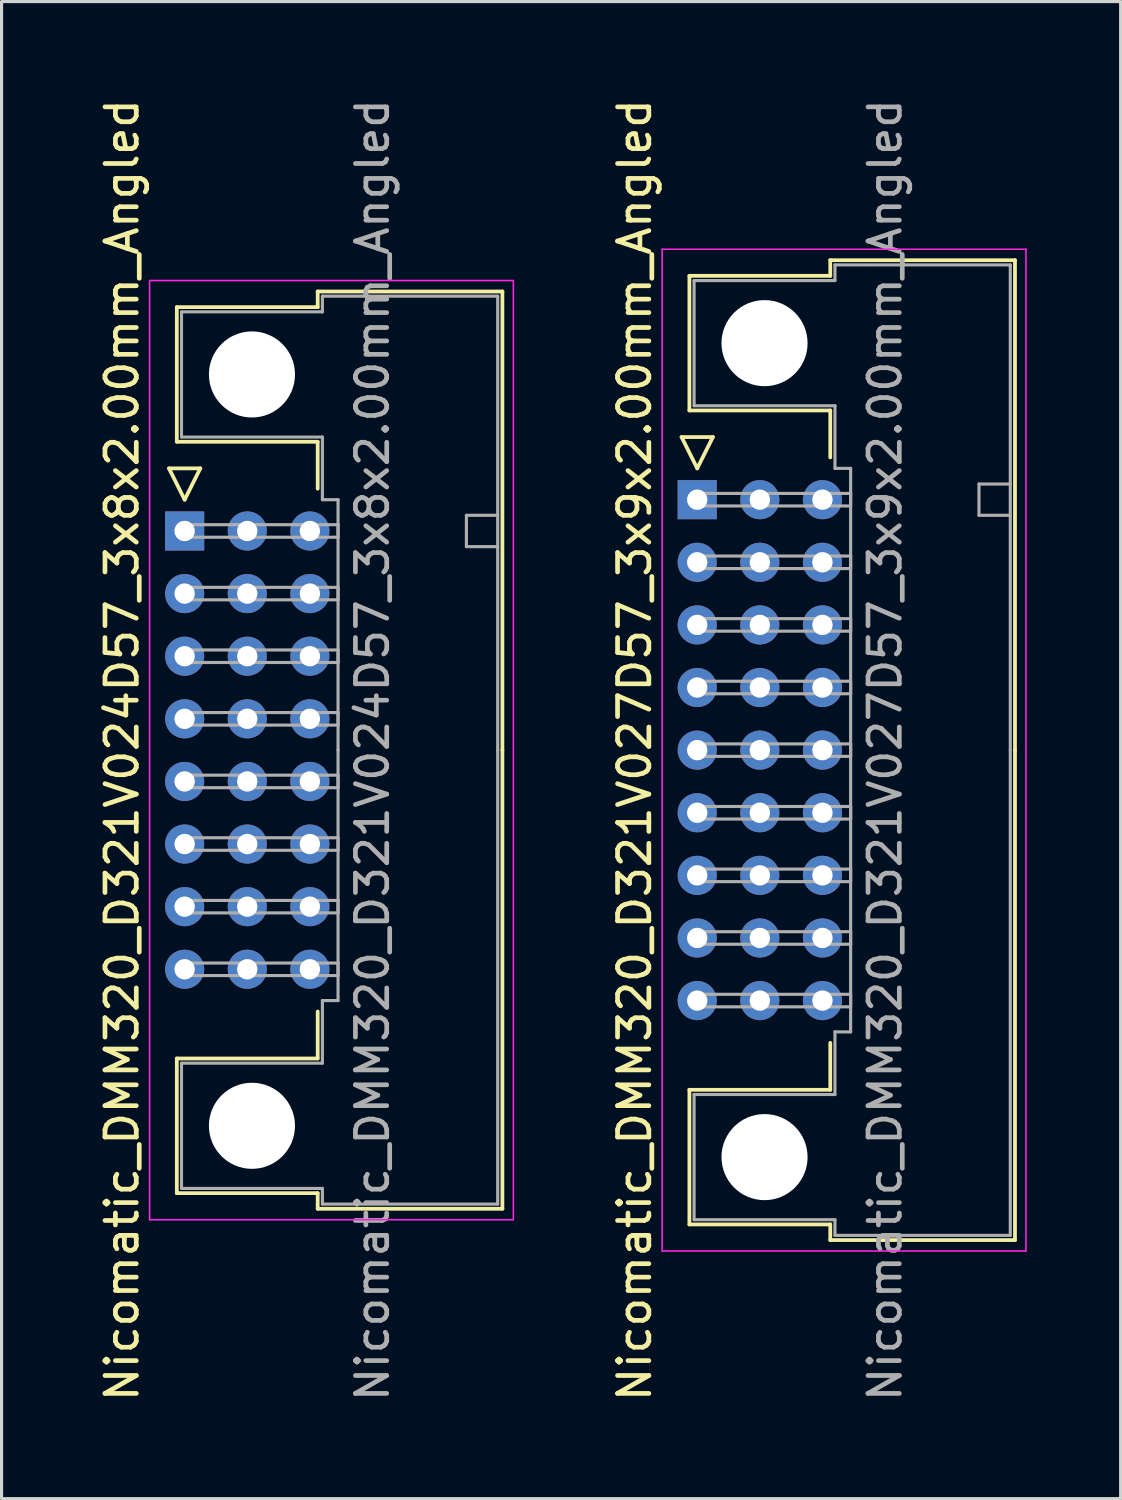
<source format=kicad_pcb>
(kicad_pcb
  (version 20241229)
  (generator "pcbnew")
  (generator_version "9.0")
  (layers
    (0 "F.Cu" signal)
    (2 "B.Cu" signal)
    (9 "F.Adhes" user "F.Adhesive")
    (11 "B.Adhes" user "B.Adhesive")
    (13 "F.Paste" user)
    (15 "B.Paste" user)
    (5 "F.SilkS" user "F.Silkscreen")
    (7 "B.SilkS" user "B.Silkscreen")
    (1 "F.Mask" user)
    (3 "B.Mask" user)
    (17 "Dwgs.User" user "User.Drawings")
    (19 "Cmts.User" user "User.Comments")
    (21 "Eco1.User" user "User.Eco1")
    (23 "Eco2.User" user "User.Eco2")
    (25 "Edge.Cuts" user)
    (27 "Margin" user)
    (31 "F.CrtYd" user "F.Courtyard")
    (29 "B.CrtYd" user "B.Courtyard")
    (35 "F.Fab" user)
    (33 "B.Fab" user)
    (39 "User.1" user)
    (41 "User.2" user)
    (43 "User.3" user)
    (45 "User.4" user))
  (footprint "Nicomatic_DMM320_D321V027D57_3x9x2.00mm_Angled"
    (layer "F.Cu")
    (at 19.221 12.911)
    (property "Reference" "Nicomatic_DMM320_D321V027D57_3x9x2.00mm_Angled" (at -2 8 90) (layer "F.SilkS") (effects (font (size 1 1) (thickness 0.15))))
    (attr through_hole)
    (fp_line (start -0.5 -2) (end 0 -1) (stroke (width 0.12) (type solid)) (layer "F.SilkS"))
    (fp_line (start -0.25 -7.15) (end -0.25 -2.85) (stroke (width 0.12) (type solid)) (layer "F.SilkS"))
    (fp_line (start -0.25 -2.85) (end 4.25 -2.85) (stroke (width 0.12) (type solid)) (layer "F.SilkS"))
    (fp_line (start -0.25 18.85) (end 4.25 18.85) (stroke (width 0.12) (type solid)) (layer "F.SilkS"))
    (fp_line (start -0.25 23.15) (end -0.25 18.85) (stroke (width 0.12) (type solid)) (layer "F.SilkS"))
    (fp_line (start 0 -1) (end 0.5 -2) (stroke (width 0.12) (type solid)) (layer "F.SilkS"))
    (fp_line (start 0.5 -2) (end -0.5 -2) (stroke (width 0.12) (type solid)) (layer "F.SilkS"))
    (fp_line (start 4.25 -7.65) (end 4.25 -7.15) (stroke (width 0.12) (type solid)) (layer "F.SilkS"))
    (fp_line (start 4.25 -7.15) (end -0.25 -7.15) (stroke (width 0.12) (type solid)) (layer "F.SilkS"))
    (fp_line (start 4.25 -2.85) (end 4.25 -1.35) (stroke (width 0.12) (type solid)) (layer "F.SilkS"))
    (fp_line (start 4.25 18.85) (end 4.25 17.35) (stroke (width 0.12) (type solid)) (layer "F.SilkS"))
    (fp_line (start 4.25 23.15) (end -0.25 23.15) (stroke (width 0.12) (type solid)) (layer "F.SilkS"))
    (fp_line (start 4.25 23.65) (end 4.25 23.15) (stroke (width 0.12) (type solid)) (layer "F.SilkS"))
    (fp_line (start 10.15 -7.65) (end 4.25 -7.65) (stroke (width 0.12) (type solid)) (layer "F.SilkS"))
    (fp_line (start 10.15 8) (end 10.15 -7.65) (stroke (width 0.12) (type solid)) (layer "F.SilkS"))
    (fp_line (start 10.15 8) (end 10.15 23.65) (stroke (width 0.12) (type solid)) (layer "F.SilkS"))
    (fp_line (start 10.15 23.65) (end 4.25 23.65) (stroke (width 0.12) (type solid)) (layer "F.SilkS"))
    (fp_line (start -1.12 -8) (end -1.12 24) (stroke (width 0.05) (type solid)) (layer "F.CrtYd"))
    (fp_line (start -1.12 24) (end 10.5 24) (stroke (width 0.05) (type solid)) (layer "F.CrtYd"))
    (fp_line (start 10.5 -8) (end -1.12 -8) (stroke (width 0.05) (type solid)) (layer "F.CrtYd"))
    (fp_line (start 10.5 24) (end 10.5 -8) (stroke (width 0.05) (type solid)) (layer "F.CrtYd"))
    (fp_line (start -0.1 -7) (end -0.1 -3) (stroke (width 0.1) (type solid)) (layer "F.Fab"))
    (fp_line (start -0.1 -3) (end 4.4 -3) (stroke (width 0.1) (type solid)) (layer "F.Fab"))
    (fp_line (start -0.1 19) (end 4.4 19) (stroke (width 0.1) (type solid)) (layer "F.Fab"))
    (fp_line (start -0.1 23) (end -0.1 19) (stroke (width 0.1) (type solid)) (layer "F.Fab"))
    (fp_line (start 0 -0.2) (end 0 0.2) (stroke (width 0.1) (type solid)) (layer "F.Fab"))
    (fp_line (start 0 0.2) (end 4.9 0.2) (stroke (width 0.1) (type solid)) (layer "F.Fab"))
    (fp_line (start 0 1.8) (end 0 2.2) (stroke (width 0.1) (type solid)) (layer "F.Fab"))
    (fp_line (start 0 2.2) (end 4.9 2.2) (stroke (width 0.1) (type solid)) (layer "F.Fab"))
    (fp_line (start 0 3.8) (end 0 4.2) (stroke (width 0.1) (type solid)) (layer "F.Fab"))
    (fp_line (start 0 4.2) (end 4.9 4.2) (stroke (width 0.1) (type solid)) (layer "F.Fab"))
    (fp_line (start 0 5.8) (end 0 6.2) (stroke (width 0.1) (type solid)) (layer "F.Fab"))
    (fp_line (start 0 6.2) (end 4.9 6.2) (stroke (width 0.1) (type solid)) (layer "F.Fab"))
    (fp_line (start 0 7.8) (end 0 8.2) (stroke (width 0.1) (type solid)) (layer "F.Fab"))
    (fp_line (start 0 8.2) (end 4.9 8.2) (stroke (width 0.1) (type solid)) (layer "F.Fab"))
    (fp_line (start 0 9.8) (end 0 10.2) (stroke (width 0.1) (type solid)) (layer "F.Fab"))
    (fp_line (start 0 10.2) (end 4.9 10.2) (stroke (width 0.1) (type solid)) (layer "F.Fab"))
    (fp_line (start 0 11.8) (end 0 12.2) (stroke (width 0.1) (type solid)) (layer "F.Fab"))
    (fp_line (start 0 12.2) (end 4.9 12.2) (stroke (width 0.1) (type solid)) (layer "F.Fab"))
    (fp_line (start 0 13.8) (end 0 14.2) (stroke (width 0.1) (type solid)) (layer "F.Fab"))
    (fp_line (start 0 14.2) (end 4.9 14.2) (stroke (width 0.1) (type solid)) (layer "F.Fab"))
    (fp_line (start 0 15.8) (end 0 16.2) (stroke (width 0.1) (type solid)) (layer "F.Fab"))
    (fp_line (start 0 16.2) (end 4.9 16.2) (stroke (width 0.1) (type solid)) (layer "F.Fab"))
    (fp_line (start 4.4 -7.5) (end 4.4 -7) (stroke (width 0.1) (type solid)) (layer "F.Fab"))
    (fp_line (start 4.4 -7) (end -0.1 -7) (stroke (width 0.1) (type solid)) (layer "F.Fab"))
    (fp_line (start 4.4 -3) (end 4.4 -1) (stroke (width 0.1) (type solid)) (layer "F.Fab"))
    (fp_line (start 4.4 -1) (end 4.9 -1) (stroke (width 0.1) (type solid)) (layer "F.Fab"))
    (fp_line (start 4.4 17) (end 4.9 17) (stroke (width 0.1) (type solid)) (layer "F.Fab"))
    (fp_line (start 4.4 19) (end 4.4 17) (stroke (width 0.1) (type solid)) (layer "F.Fab"))
    (fp_line (start 4.4 23) (end -0.1 23) (stroke (width 0.1) (type solid)) (layer "F.Fab"))
    (fp_line (start 4.4 23.5) (end 4.4 23) (stroke (width 0.1) (type solid)) (layer "F.Fab"))
    (fp_line (start 4.9 -1) (end 4.9 8) (stroke (width 0.1) (type solid)) (layer "F.Fab"))
    (fp_line (start 4.9 -0.2) (end 0 -0.2) (stroke (width 0.1) (type solid)) (layer "F.Fab"))
    (fp_line (start 4.9 0.2) (end 4.9 -0.2) (stroke (width 0.1) (type solid)) (layer "F.Fab"))
    (fp_line (start 4.9 1.8) (end 0 1.8) (stroke (width 0.1) (type solid)) (layer "F.Fab"))
    (fp_line (start 4.9 2.2) (end 4.9 1.8) (stroke (width 0.1) (type solid)) (layer "F.Fab"))
    (fp_line (start 4.9 3.8) (end 0 3.8) (stroke (width 0.1) (type solid)) (layer "F.Fab"))
    (fp_line (start 4.9 4.2) (end 4.9 3.8) (stroke (width 0.1) (type solid)) (layer "F.Fab"))
    (fp_line (start 4.9 5.8) (end 0 5.8) (stroke (width 0.1) (type solid)) (layer "F.Fab"))
    (fp_line (start 4.9 6.2) (end 4.9 5.8) (stroke (width 0.1) (type solid)) (layer "F.Fab"))
    (fp_line (start 4.9 7.8) (end 0 7.8) (stroke (width 0.1) (type solid)) (layer "F.Fab"))
    (fp_line (start 4.9 8.2) (end 4.9 7.8) (stroke (width 0.1) (type solid)) (layer "F.Fab"))
    (fp_line (start 4.9 9.8) (end 0 9.8) (stroke (width 0.1) (type solid)) (layer "F.Fab"))
    (fp_line (start 4.9 10.2) (end 4.9 9.8) (stroke (width 0.1) (type solid)) (layer "F.Fab"))
    (fp_line (start 4.9 11.8) (end 0 11.8) (stroke (width 0.1) (type solid)) (layer "F.Fab"))
    (fp_line (start 4.9 12.2) (end 4.9 11.8) (stroke (width 0.1) (type solid)) (layer "F.Fab"))
    (fp_line (start 4.9 13.8) (end 0 13.8) (stroke (width 0.1) (type solid)) (layer "F.Fab"))
    (fp_line (start 4.9 14.2) (end 4.9 13.8) (stroke (width 0.1) (type solid)) (layer "F.Fab"))
    (fp_line (start 4.9 15.8) (end 0 15.8) (stroke (width 0.1) (type solid)) (layer "F.Fab"))
    (fp_line (start 4.9 16.2) (end 4.9 15.8) (stroke (width 0.1) (type solid)) (layer "F.Fab"))
    (fp_line (start 4.9 17) (end 4.9 8) (stroke (width 0.1) (type solid)) (layer "F.Fab"))
    (fp_line (start 9 -0.5) (end 9 0.5) (stroke (width 0.1) (type solid)) (layer "F.Fab"))
    (fp_line (start 9 0.5) (end 10 0.5) (stroke (width 0.1) (type solid)) (layer "F.Fab"))
    (fp_line (start 10 -7.5) (end 4.4 -7.5) (stroke (width 0.1) (type solid)) (layer "F.Fab"))
    (fp_line (start 10 -0.5) (end 9 -0.5) (stroke (width 0.1) (type solid)) (layer "F.Fab"))
    (fp_line (start 10 8) (end 10 -7.5) (stroke (width 0.1) (type solid)) (layer "F.Fab"))
    (fp_line (start 10 8) (end 10 23.5) (stroke (width 0.1) (type solid)) (layer "F.Fab"))
    (fp_line (start 10 23.5) (end 4.4 23.5) (stroke (width 0.1) (type solid)) (layer "F.Fab"))
    (fp_text user "${REFERENCE}" (at 6 8 90) (layer "F.Fab") (effects (font (size 1 1) (thickness 0.15))))
    (pad "" np_thru_hole circle (at 2.15 -5) (size 2.75 2.75) (drill 2.75) (layers "*.Cu" "*.Mask"))
    (pad "" np_thru_hole circle (at 2.15 21) (size 2.75 2.75) (drill 2.75) (layers "*.Cu" "*.Mask"))
    (pad "1" thru_hole rect (at 0 0) (size 1.25 1.25) (drill 0.65) (layers "*.Cu" "*.Mask"))
    (pad "2" thru_hole oval (at 0 2) (size 1.25 1.25) (drill 0.65) (layers "*.Cu" "*.Mask"))
    (pad "3" thru_hole oval (at 0 4) (size 1.25 1.25) (drill 0.65) (layers "*.Cu" "*.Mask"))
    (pad "4" thru_hole oval (at 0 6) (size 1.25 1.25) (drill 0.65) (layers "*.Cu" "*.Mask"))
    (pad "5" thru_hole oval (at 0 8) (size 1.25 1.25) (drill 0.65) (layers "*.Cu" "*.Mask"))
    (pad "6" thru_hole oval (at 0 10) (size 1.25 1.25) (drill 0.65) (layers "*.Cu" "*.Mask"))
    (pad "7" thru_hole oval (at 0 12) (size 1.25 1.25) (drill 0.65) (layers "*.Cu" "*.Mask"))
    (pad "8" thru_hole oval (at 0 14) (size 1.25 1.25) (drill 0.65) (layers "*.Cu" "*.Mask"))
    (pad "9" thru_hole oval (at 0 16) (size 1.25 1.25) (drill 0.65) (layers "*.Cu" "*.Mask"))
    (pad "10" thru_hole oval (at 2 0) (size 1.25 1.25) (drill 0.65) (layers "*.Cu" "*.Mask"))
    (pad "11" thru_hole oval (at 2 2) (size 1.25 1.25) (drill 0.65) (layers "*.Cu" "*.Mask"))
    (pad "12" thru_hole oval (at 2 4) (size 1.25 1.25) (drill 0.65) (layers "*.Cu" "*.Mask"))
    (pad "13" thru_hole oval (at 2 6) (size 1.25 1.25) (drill 0.65) (layers "*.Cu" "*.Mask"))
    (pad "14" thru_hole oval (at 2 8) (size 1.25 1.25) (drill 0.65) (layers "*.Cu" "*.Mask"))
    (pad "15" thru_hole oval (at 2 10) (size 1.25 1.25) (drill 0.65) (layers "*.Cu" "*.Mask"))
    (pad "16" thru_hole oval (at 2 12) (size 1.25 1.25) (drill 0.65) (layers "*.Cu" "*.Mask"))
    (pad "17" thru_hole oval (at 2 14) (size 1.25 1.25) (drill 0.65) (layers "*.Cu" "*.Mask"))
    (pad "18" thru_hole oval (at 2 16) (size 1.25 1.25) (drill 0.65) (layers "*.Cu" "*.Mask"))
    (pad "19" thru_hole oval (at 4 0) (size 1.25 1.25) (drill 0.65) (layers "*.Cu" "*.Mask"))
    (pad "20" thru_hole oval (at 4 2) (size 1.25 1.25) (drill 0.65) (layers "*.Cu" "*.Mask"))
    (pad "21" thru_hole oval (at 4 4) (size 1.25 1.25) (drill 0.65) (layers "*.Cu" "*.Mask"))
    (pad "22" thru_hole oval (at 4 6) (size 1.25 1.25) (drill 0.65) (layers "*.Cu" "*.Mask"))
    (pad "23" thru_hole oval (at 4 8) (size 1.25 1.25) (drill 0.65) (layers "*.Cu" "*.Mask"))
    (pad "24" thru_hole oval (at 4 10) (size 1.25 1.25) (drill 0.65) (layers "*.Cu" "*.Mask"))
    (pad "25" thru_hole oval (at 4 12) (size 1.25 1.25) (drill 0.65) (layers "*.Cu" "*.Mask"))
    (pad "26" thru_hole oval (at 4 14) (size 1.25 1.25) (drill 0.65) (layers "*.Cu" "*.Mask"))
    (pad "27" thru_hole oval (at 4 16) (size 1.25 1.25) (drill 0.65) (layers "*.Cu" "*.Mask")))
  (footprint "Nicomatic_DMM320_D321V024D57_3x8x2.00mm_Angled"
    (layer "F.Cu")
    (at 2.848 13.911)
    (property "Reference" "Nicomatic_DMM320_D321V024D57_3x8x2.00mm_Angled" (at -2 7 90) (layer "F.SilkS") (effects (font (size 1 1) (thickness 0.15))))
    (attr through_hole)
    (fp_line (start -0.5 -2) (end 0 -1) (stroke (width 0.12) (type solid)) (layer "F.SilkS"))
    (fp_line (start -0.25 -7.15) (end -0.25 -2.85) (stroke (width 0.12) (type solid)) (layer "F.SilkS"))
    (fp_line (start -0.25 -2.85) (end 4.25 -2.85) (stroke (width 0.12) (type solid)) (layer "F.SilkS"))
    (fp_line (start -0.25 16.85) (end 4.25 16.85) (stroke (width 0.12) (type solid)) (layer "F.SilkS"))
    (fp_line (start -0.25 21.15) (end -0.25 16.85) (stroke (width 0.12) (type solid)) (layer "F.SilkS"))
    (fp_line (start 0 -1) (end 0.5 -2) (stroke (width 0.12) (type solid)) (layer "F.SilkS"))
    (fp_line (start 0.5 -2) (end -0.5 -2) (stroke (width 0.12) (type solid)) (layer "F.SilkS"))
    (fp_line (start 4.25 -7.65) (end 4.25 -7.15) (stroke (width 0.12) (type solid)) (layer "F.SilkS"))
    (fp_line (start 4.25 -7.15) (end -0.25 -7.15) (stroke (width 0.12) (type solid)) (layer "F.SilkS"))
    (fp_line (start 4.25 -2.85) (end 4.25 -1.35) (stroke (width 0.12) (type solid)) (layer "F.SilkS"))
    (fp_line (start 4.25 16.85) (end 4.25 15.35) (stroke (width 0.12) (type solid)) (layer "F.SilkS"))
    (fp_line (start 4.25 21.15) (end -0.25 21.15) (stroke (width 0.12) (type solid)) (layer "F.SilkS"))
    (fp_line (start 4.25 21.65) (end 4.25 21.15) (stroke (width 0.12) (type solid)) (layer "F.SilkS"))
    (fp_line (start 10.15 -7.65) (end 4.25 -7.65) (stroke (width 0.12) (type solid)) (layer "F.SilkS"))
    (fp_line (start 10.15 7) (end 10.15 -7.65) (stroke (width 0.12) (type solid)) (layer "F.SilkS"))
    (fp_line (start 10.15 7) (end 10.15 21.65) (stroke (width 0.12) (type solid)) (layer "F.SilkS"))
    (fp_line (start 10.15 21.65) (end 4.25 21.65) (stroke (width 0.12) (type solid)) (layer "F.SilkS"))
    (fp_line (start -1.12 -8) (end -1.12 22) (stroke (width 0.05) (type solid)) (layer "F.CrtYd"))
    (fp_line (start -1.12 22) (end 10.5 22) (stroke (width 0.05) (type solid)) (layer "F.CrtYd"))
    (fp_line (start 10.5 -8) (end -1.12 -8) (stroke (width 0.05) (type solid)) (layer "F.CrtYd"))
    (fp_line (start 10.5 22) (end 10.5 -8) (stroke (width 0.05) (type solid)) (layer "F.CrtYd"))
    (fp_line (start -0.1 -7) (end -0.1 -3) (stroke (width 0.1) (type solid)) (layer "F.Fab"))
    (fp_line (start -0.1 -3) (end 4.4 -3) (stroke (width 0.1) (type solid)) (layer "F.Fab"))
    (fp_line (start -0.1 17) (end 4.4 17) (stroke (width 0.1) (type solid)) (layer "F.Fab"))
    (fp_line (start -0.1 21) (end -0.1 17) (stroke (width 0.1) (type solid)) (layer "F.Fab"))
    (fp_line (start 0 -0.2) (end 0 0.2) (stroke (width 0.1) (type solid)) (layer "F.Fab"))
    (fp_line (start 0 0.2) (end 4.9 0.2) (stroke (width 0.1) (type solid)) (layer "F.Fab"))
    (fp_line (start 0 1.8) (end 0 2.2) (stroke (width 0.1) (type solid)) (layer "F.Fab"))
    (fp_line (start 0 2.2) (end 4.9 2.2) (stroke (width 0.1) (type solid)) (layer "F.Fab"))
    (fp_line (start 0 3.8) (end 0 4.2) (stroke (width 0.1) (type solid)) (layer "F.Fab"))
    (fp_line (start 0 4.2) (end 4.9 4.2) (stroke (width 0.1) (type solid)) (layer "F.Fab"))
    (fp_line (start 0 5.8) (end 0 6.2) (stroke (width 0.1) (type solid)) (layer "F.Fab"))
    (fp_line (start 0 6.2) (end 4.9 6.2) (stroke (width 0.1) (type solid)) (layer "F.Fab"))
    (fp_line (start 0 7.8) (end 0 8.2) (stroke (width 0.1) (type solid)) (layer "F.Fab"))
    (fp_line (start 0 8.2) (end 4.9 8.2) (stroke (width 0.1) (type solid)) (layer "F.Fab"))
    (fp_line (start 0 9.8) (end 0 10.2) (stroke (width 0.1) (type solid)) (layer "F.Fab"))
    (fp_line (start 0 10.2) (end 4.9 10.2) (stroke (width 0.1) (type solid)) (layer "F.Fab"))
    (fp_line (start 0 11.8) (end 0 12.2) (stroke (width 0.1) (type solid)) (layer "F.Fab"))
    (fp_line (start 0 12.2) (end 4.9 12.2) (stroke (width 0.1) (type solid)) (layer "F.Fab"))
    (fp_line (start 0 13.8) (end 0 14.2) (stroke (width 0.1) (type solid)) (layer "F.Fab"))
    (fp_line (start 0 14.2) (end 4.9 14.2) (stroke (width 0.1) (type solid)) (layer "F.Fab"))
    (fp_line (start 4.4 -7.5) (end 4.4 -7) (stroke (width 0.1) (type solid)) (layer "F.Fab"))
    (fp_line (start 4.4 -7) (end -0.1 -7) (stroke (width 0.1) (type solid)) (layer "F.Fab"))
    (fp_line (start 4.4 -3) (end 4.4 -1) (stroke (width 0.1) (type solid)) (layer "F.Fab"))
    (fp_line (start 4.4 -1) (end 4.9 -1) (stroke (width 0.1) (type solid)) (layer "F.Fab"))
    (fp_line (start 4.4 15) (end 4.9 15) (stroke (width 0.1) (type solid)) (layer "F.Fab"))
    (fp_line (start 4.4 17) (end 4.4 15) (stroke (width 0.1) (type solid)) (layer "F.Fab"))
    (fp_line (start 4.4 21) (end -0.1 21) (stroke (width 0.1) (type solid)) (layer "F.Fab"))
    (fp_line (start 4.4 21.5) (end 4.4 21) (stroke (width 0.1) (type solid)) (layer "F.Fab"))
    (fp_line (start 4.9 -1) (end 4.9 7) (stroke (width 0.1) (type solid)) (layer "F.Fab"))
    (fp_line (start 4.9 -0.2) (end 0 -0.2) (stroke (width 0.1) (type solid)) (layer "F.Fab"))
    (fp_line (start 4.9 0.2) (end 4.9 -0.2) (stroke (width 0.1) (type solid)) (layer "F.Fab"))
    (fp_line (start 4.9 1.8) (end 0 1.8) (stroke (width 0.1) (type solid)) (layer "F.Fab"))
    (fp_line (start 4.9 2.2) (end 4.9 1.8) (stroke (width 0.1) (type solid)) (layer "F.Fab"))
    (fp_line (start 4.9 3.8) (end 0 3.8) (stroke (width 0.1) (type solid)) (layer "F.Fab"))
    (fp_line (start 4.9 4.2) (end 4.9 3.8) (stroke (width 0.1) (type solid)) (layer "F.Fab"))
    (fp_line (start 4.9 5.8) (end 0 5.8) (stroke (width 0.1) (type solid)) (layer "F.Fab"))
    (fp_line (start 4.9 6.2) (end 4.9 5.8) (stroke (width 0.1) (type solid)) (layer "F.Fab"))
    (fp_line (start 4.9 7.8) (end 0 7.8) (stroke (width 0.1) (type solid)) (layer "F.Fab"))
    (fp_line (start 4.9 8.2) (end 4.9 7.8) (stroke (width 0.1) (type solid)) (layer "F.Fab"))
    (fp_line (start 4.9 9.8) (end 0 9.8) (stroke (width 0.1) (type solid)) (layer "F.Fab"))
    (fp_line (start 4.9 10.2) (end 4.9 9.8) (stroke (width 0.1) (type solid)) (layer "F.Fab"))
    (fp_line (start 4.9 11.8) (end 0 11.8) (stroke (width 0.1) (type solid)) (layer "F.Fab"))
    (fp_line (start 4.9 12.2) (end 4.9 11.8) (stroke (width 0.1) (type solid)) (layer "F.Fab"))
    (fp_line (start 4.9 13.8) (end 0 13.8) (stroke (width 0.1) (type solid)) (layer "F.Fab"))
    (fp_line (start 4.9 14.2) (end 4.9 13.8) (stroke (width 0.1) (type solid)) (layer "F.Fab"))
    (fp_line (start 4.9 15) (end 4.9 7) (stroke (width 0.1) (type solid)) (layer "F.Fab"))
    (fp_line (start 9 -0.5) (end 9 0.5) (stroke (width 0.1) (type solid)) (layer "F.Fab"))
    (fp_line (start 9 0.5) (end 10 0.5) (stroke (width 0.1) (type solid)) (layer "F.Fab"))
    (fp_line (start 10 -7.5) (end 4.4 -7.5) (stroke (width 0.1) (type solid)) (layer "F.Fab"))
    (fp_line (start 10 -0.5) (end 9 -0.5) (stroke (width 0.1) (type solid)) (layer "F.Fab"))
    (fp_line (start 10 7) (end 10 -7.5) (stroke (width 0.1) (type solid)) (layer "F.Fab"))
    (fp_line (start 10 7) (end 10 21.5) (stroke (width 0.1) (type solid)) (layer "F.Fab"))
    (fp_line (start 10 21.5) (end 4.4 21.5) (stroke (width 0.1) (type solid)) (layer "F.Fab"))
    (fp_text user "${REFERENCE}" (at 6 7 90) (layer "F.Fab") (effects (font (size 1 1) (thickness 0.15))))
    (pad "" np_thru_hole circle (at 2.15 -5) (size 2.75 2.75) (drill 2.75) (layers "*.Cu" "*.Mask"))
    (pad "" np_thru_hole circle (at 2.15 19) (size 2.75 2.75) (drill 2.75) (layers "*.Cu" "*.Mask"))
    (pad "1" thru_hole rect (at 0 0) (size 1.25 1.25) (drill 0.65) (layers "*.Cu" "*.Mask"))
    (pad "2" thru_hole oval (at 0 2) (size 1.25 1.25) (drill 0.65) (layers "*.Cu" "*.Mask"))
    (pad "3" thru_hole oval (at 0 4) (size 1.25 1.25) (drill 0.65) (layers "*.Cu" "*.Mask"))
    (pad "4" thru_hole oval (at 0 6) (size 1.25 1.25) (drill 0.65) (layers "*.Cu" "*.Mask"))
    (pad "5" thru_hole oval (at 0 8) (size 1.25 1.25) (drill 0.65) (layers "*.Cu" "*.Mask"))
    (pad "6" thru_hole oval (at 0 10) (size 1.25 1.25) (drill 0.65) (layers "*.Cu" "*.Mask"))
    (pad "7" thru_hole oval (at 0 12) (size 1.25 1.25) (drill 0.65) (layers "*.Cu" "*.Mask"))
    (pad "8" thru_hole oval (at 0 14) (size 1.25 1.25) (drill 0.65) (layers "*.Cu" "*.Mask"))
    (pad "9" thru_hole oval (at 2 0) (size 1.25 1.25) (drill 0.65) (layers "*.Cu" "*.Mask"))
    (pad "10" thru_hole oval (at 2 2) (size 1.25 1.25) (drill 0.65) (layers "*.Cu" "*.Mask"))
    (pad "11" thru_hole oval (at 2 4) (size 1.25 1.25) (drill 0.65) (layers "*.Cu" "*.Mask"))
    (pad "12" thru_hole oval (at 2 6) (size 1.25 1.25) (drill 0.65) (layers "*.Cu" "*.Mask"))
    (pad "13" thru_hole oval (at 2 8) (size 1.25 1.25) (drill 0.65) (layers "*.Cu" "*.Mask"))
    (pad "14" thru_hole oval (at 2 10) (size 1.25 1.25) (drill 0.65) (layers "*.Cu" "*.Mask"))
    (pad "15" thru_hole oval (at 2 12) (size 1.25 1.25) (drill 0.65) (layers "*.Cu" "*.Mask"))
    (pad "16" thru_hole oval (at 2 14) (size 1.25 1.25) (drill 0.65) (layers "*.Cu" "*.Mask"))
    (pad "17" thru_hole oval (at 4 0) (size 1.25 1.25) (drill 0.65) (layers "*.Cu" "*.Mask"))
    (pad "18" thru_hole oval (at 4 2) (size 1.25 1.25) (drill 0.65) (layers "*.Cu" "*.Mask"))
    (pad "19" thru_hole oval (at 4 4) (size 1.25 1.25) (drill 0.65) (layers "*.Cu" "*.Mask"))
    (pad "20" thru_hole oval (at 4 6) (size 1.25 1.25) (drill 0.65) (layers "*.Cu" "*.Mask"))
    (pad "21" thru_hole oval (at 4 8) (size 1.25 1.25) (drill 0.65) (layers "*.Cu" "*.Mask"))
    (pad "22" thru_hole oval (at 4 10) (size 1.25 1.25) (drill 0.65) (layers "*.Cu" "*.Mask"))
    (pad "23" thru_hole oval (at 4 12) (size 1.25 1.25) (drill 0.65) (layers "*.Cu" "*.Mask"))
    (pad "24" thru_hole oval (at 4 14) (size 1.25 1.25) (drill 0.65) (layers "*.Cu" "*.Mask")))
  (gr_rect
    (start -3 -3)
    (end 32.746 44.821)
    (stroke (width 0.1) (type default))
    (fill no)
    (layer "Edge.Cuts")))
</source>
